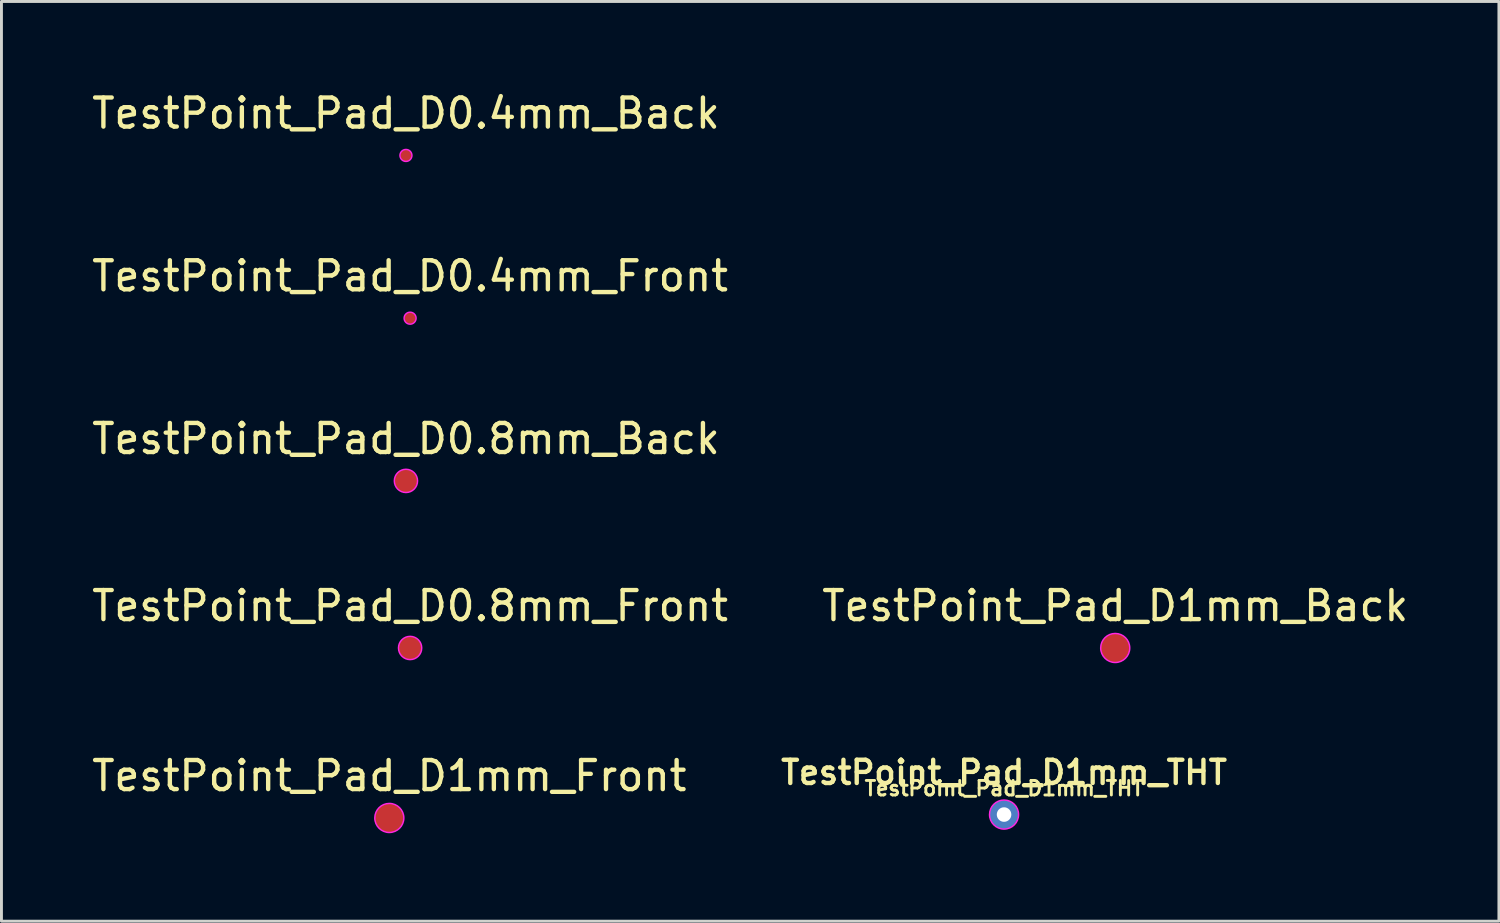
<source format=kicad_pcb>
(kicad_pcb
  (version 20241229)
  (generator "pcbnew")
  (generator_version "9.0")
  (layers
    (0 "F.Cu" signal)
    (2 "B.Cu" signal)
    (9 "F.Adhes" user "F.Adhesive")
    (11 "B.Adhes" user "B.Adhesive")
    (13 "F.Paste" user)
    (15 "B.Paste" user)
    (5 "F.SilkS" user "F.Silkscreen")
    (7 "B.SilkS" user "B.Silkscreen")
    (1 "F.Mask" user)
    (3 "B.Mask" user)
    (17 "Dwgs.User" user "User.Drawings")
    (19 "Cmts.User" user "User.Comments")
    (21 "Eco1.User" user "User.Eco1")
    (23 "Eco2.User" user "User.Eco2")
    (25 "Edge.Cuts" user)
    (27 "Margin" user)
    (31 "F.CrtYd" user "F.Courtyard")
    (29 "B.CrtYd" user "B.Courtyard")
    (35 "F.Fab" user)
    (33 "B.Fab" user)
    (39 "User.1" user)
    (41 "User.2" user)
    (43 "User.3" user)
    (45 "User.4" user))
  (footprint "TestPoint_Pad_D0.8mm_Back"
    (layer "F.Cu")
    (at 10.911 13.489)
    (property "Reference" "TestPoint_Pad_D0.8mm_Back" (at 0 -1.448 0) (layer "F.SilkS") (effects (font (size 1 1) (thickness 0.15))))
    (attr exclude_from_pos_files exclude_from_bom)
    (fp_circle (center 0 0) (end 0.4 0) (stroke (width 0.05) (type solid)) (fill no) (layer "F.CrtYd"))
    (fp_circle (center 0 0) (end 0.4 0) (stroke (width 0.1) (type solid)) (fill no) (layer "User.3"))
    (fp_text user "${REFERENCE}" (at 0 -0.8 0) (layer "User.3") (effects (font (size 0.5 0.5) (thickness 0.1)) (justify mirror)))
    (pad "1" smd circle (at 0 0) (size 0.8 0.8) (property pad_prop_testpoint) (layers "F.Cu" "F.Mask")))
  (footprint "TestPoint_Pad_D0.8mm_Front"
    (layer "F.Cu")
    (at 11.054 19.235)
    (property "Reference" "TestPoint_Pad_D0.8mm_Front" (at 0 -1.448 0) (layer "F.SilkS") (effects (font (size 1 1) (thickness 0.15))))
    (attr exclude_from_pos_files exclude_from_bom)
    (fp_circle (center 0 0) (end 0.4 0) (stroke (width 0.05) (type solid)) (fill no) (layer "F.CrtYd"))
    (fp_circle (center 0 0) (end 0.4 0) (stroke (width 0.1) (type solid)) (fill no) (layer "User.2"))
    (fp_text user "${REFERENCE}" (at 0 -0.8 0) (layer "User.2") (effects (font (size 0.5 0.5) (thickness 0.1))))
    (pad "1" smd circle (at 0 0) (size 0.8 0.8) (property pad_prop_testpoint) (layers "F.Cu" "F.Mask")))
  (footprint "TestPoint_Pad_D1mm_Back"
    (layer "F.Cu")
    (at 35.304 19.235)
    (property "Reference" "TestPoint_Pad_D1mm_Back" (at 0 -1.448 0) (layer "F.SilkS") (effects (font (size 1 1) (thickness 0.15))))
    (attr exclude_from_pos_files exclude_from_bom)
    (fp_circle (center 0 0) (end 0.5 0) (stroke (width 0.05) (type solid)) (fill no) (layer "F.CrtYd"))
    (fp_circle (center 0 0) (end 0.5 0) (stroke (width 0.1) (type solid)) (fill no) (layer "User.3"))
    (fp_text user "${REFERENCE}" (at 0 -0.9 0) (layer "User.3") (effects (font (size 0.5 0.5) (thickness 0.1)) (justify mirror)))
    (pad "1" smd circle (at 0 0) (size 1 1) (property pad_prop_testpoint) (layers "F.Cu" "F.Mask")))
  (footprint "TestPoint_Pad_D1mm_Front"
    (layer "F.Cu")
    (at 10.339 25.081)
    (property "Reference" "TestPoint_Pad_D1mm_Front" (at 0 -1.448 0) (layer "F.SilkS") (effects (font (size 1 1) (thickness 0.15))))
    (attr exclude_from_pos_files exclude_from_bom)
    (fp_circle (center 0 0) (end 0.5 0) (stroke (width 0.05) (type solid)) (fill no) (layer "F.CrtYd"))
    (fp_circle (center 0 0) (end 0.5 0) (stroke (width 0.1) (type solid)) (fill no) (layer "User.2"))
    (fp_text user "${REFERENCE}" (at 0 -0.9 0) (layer "User.2") (effects (font (size 0.5 0.5) (thickness 0.1))))
    (pad "1" smd circle (at 0 0) (size 1 1) (property pad_prop_testpoint) (layers "F.Cu" "F.Mask")))
  (footprint "TestPoint_Pad_D1mm_THT"
    (layer "F.Cu")
    (at 31.481 24.964)
    (property "Reference" "TestPoint_Pad_D1mm_THT" (at 0 -1.448 0) (layer "F.SilkS") (effects (font (size 0.8 0.8) (thickness 0.15))))
    (attr exclude_from_pos_files exclude_from_bom)
    (fp_circle (center 0 0) (end 0.5 0) (stroke (width 0.05) (type solid)) (fill no) (layer "F.CrtYd"))
    (fp_circle (center 0 0) (end 0.5 0) (stroke (width 0.1) (type solid)) (fill no) (layer "User.2"))
    (fp_text user "${REFERENCE}" (at 0 -0.9 0) (layer "F.SilkS") (effects (font (size 0.5 0.5) (thickness 0.1))))
    (fp_text user "${REFERENCE}" (at 0 -0.9 0) (layer "User.2") (effects (font (size 0.5 0.5) (thickness 0.1))))
    (pad "1" thru_hole circle (at 0 0) (size 1 1) (drill 0.5) (layers "*.Cu" "*.Mask")))
  (footprint "TestPoint_Pad_D0.4mm_Front"
    (layer "F.Cu")
    (at 11.054 7.893)
    (property "Reference" "TestPoint_Pad_D0.4mm_Front" (at 0 -1.448 0) (layer "F.SilkS") (effects (font (size 1 1) (thickness 0.15))))
    (attr exclude_from_pos_files exclude_from_bom)
    (fp_circle (center 0 0) (end 0.2 -0.05) (stroke (width 0.05) (type solid)) (fill no) (layer "F.CrtYd"))
    (fp_circle (center 0 0) (end 0.25 0) (stroke (width 0.1) (type solid)) (fill no) (layer "User.2"))
    (fp_text user "${REFERENCE}" (at 0 -0.65 0) (layer "User.2") (effects (font (size 0.5 0.5) (thickness 0.1))))
    (pad "1" smd circle (at 0 0) (size 0.4 0.4) (property pad_prop_testpoint) (layers "F.Cu" "F.Mask")))
  (footprint "TestPoint_Pad_D0.4mm_Back"
    (layer "F.Cu")
    (at 10.911 2.296)
    (property "Reference" "TestPoint_Pad_D0.4mm_Back" (at 0 -1.448 0) (layer "F.SilkS") (effects (font (size 1 1) (thickness 0.15))))
    (attr exclude_from_pos_files exclude_from_bom)
    (fp_circle (center 0 0) (end 0.2 -0.05) (stroke (width 0.05) (type solid)) (fill no) (layer "F.CrtYd"))
    (fp_circle (center 0 0) (end 0.25 0) (stroke (width 0.1) (type solid)) (fill no) (layer "User.3"))
    (fp_text user "${REFERENCE}" (at 0 -0.65 0) (layer "User.3") (effects (font (size 0.5 0.5) (thickness 0.1)) (justify mirror)))
    (pad "1" smd circle (at 0 0) (size 0.4 0.4) (property pad_prop_testpoint) (layers "F.Cu" "F.Mask")))
  (gr_rect
    (start -3 -3)
    (end 48.5 28.631)
    (stroke (width 0.1) (type default))
    (fill no)
    (layer "Edge.Cuts")))
</source>
